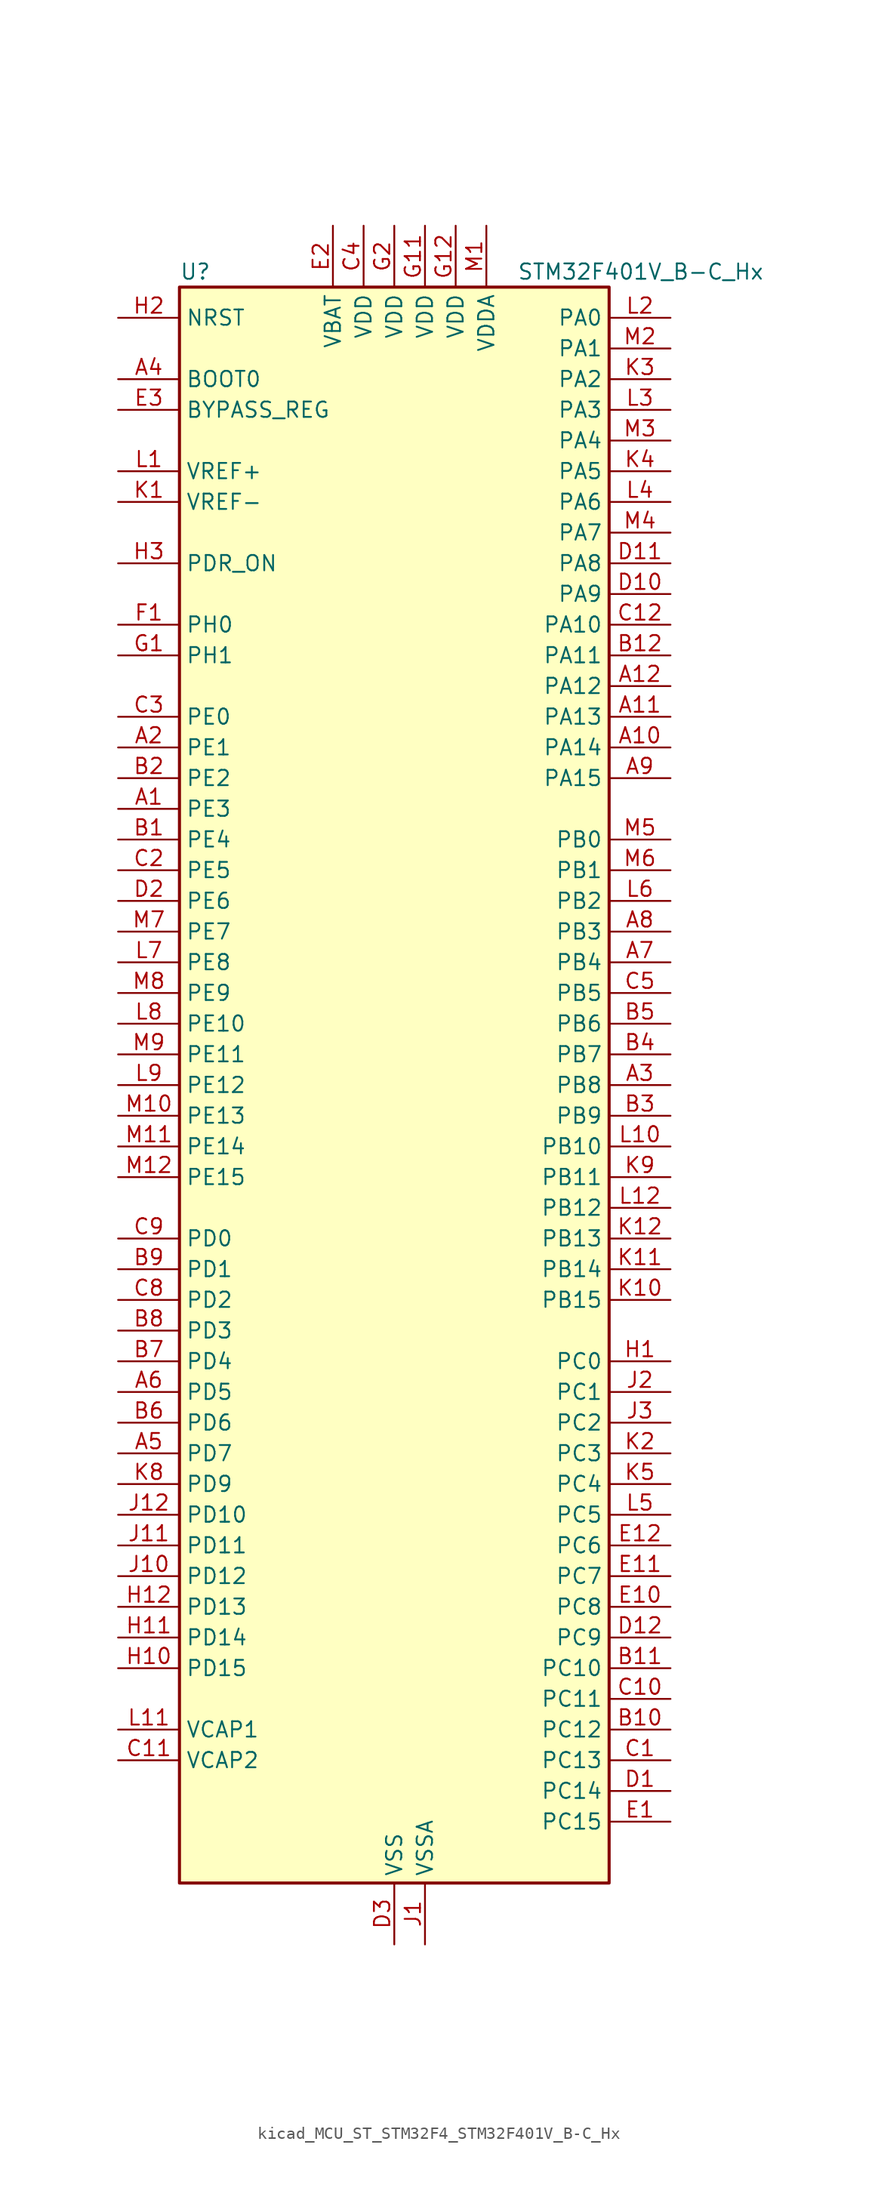
<source format=kicad_sym>
(kicad_symbol_lib
  (version 20220914)
  (generator kicad_symbol_editor)
  (symbol "kicad_MCU_ST_STM32F4_STM32F401V_B-C_Hx"
    (property "Reference" "U"
      (at -17.78 67.31 0)
      (effects (font (size 1.27 1.27)) (justify left)))
    (property "Value" "STM32F401V_B-C_Hx"
      (at 10.16 67.31 0)
      (effects (font (size 1.27 1.27)) (justify left)))
    (property "ki_locked" ""
      (at 0 0 0)
      (effects (font (size 1.27 1.27))))
    (symbol "kicad_MCU_ST_STM32F4_STM32F401V_B-C_Hx_0_1"
      (rectangle (start -17.78 -66.04) (end 17.78 66.04) (stroke (width 0.254) (type default)) (fill (type background))))
    (symbol "kicad_MCU_ST_STM32F4_STM32F401V_B-C_Hx_1_1"
      (pin bidirectional line (at -22.86 22.86 0) (length 5.08) (name "PE3" (effects (font (size 1.27 1.27)))) (number "A1" (effects (font (size 1.27 1.27)))) (alternate "SYS_TRACED0" bidirectional line))
      (pin bidirectional line (at 22.86 27.94 180) (length 5.08) (name "PA14" (effects (font (size 1.27 1.27)))) (number "A10" (effects (font (size 1.27 1.27)))) (alternate "SYS_JTCK-SWCLK" bidirectional line))
      (pin bidirectional line (at 22.86 30.48 180) (length 5.08) (name "PA13" (effects (font (size 1.27 1.27)))) (number "A11" (effects (font (size 1.27 1.27)))) (alternate "SYS_JTMS-SWDIO" bidirectional line))
      (pin bidirectional line (at 22.86 33.02 180) (length 5.08) (name "PA12" (effects (font (size 1.27 1.27)))) (number "A12" (effects (font (size 1.27 1.27)))) (alternate "TIM1_ETR" bidirectional line) (alternate "USART1_RTS" bidirectional line) (alternate "USART6_RX" bidirectional line) (alternate "USB_OTG_FS_DP" bidirectional line))
      (pin bidirectional line (at -22.86 27.94 0) (length 5.08) (name "PE1" (effects (font (size 1.27 1.27)))) (number "A2" (effects (font (size 1.27 1.27)))))
      (pin bidirectional line (at 22.86 0 180) (length 5.08) (name "PB8" (effects (font (size 1.27 1.27)))) (number "A3" (effects (font (size 1.27 1.27)))) (alternate "I2C1_SCL" bidirectional line) (alternate "SDIO_D4" bidirectional line) (alternate "TIM10_CH1" bidirectional line) (alternate "TIM4_CH3" bidirectional line))
      (pin input line (at -22.86 58.42 0) (length 5.08) (name "BOOT0" (effects (font (size 1.27 1.27)))) (number "A4" (effects (font (size 1.27 1.27)))))
      (pin bidirectional line (at -22.86 -30.48 0) (length 5.08) (name "PD7" (effects (font (size 1.27 1.27)))) (number "A5" (effects (font (size 1.27 1.27)))) (alternate "USART2_CK" bidirectional line))
      (pin bidirectional line (at -22.86 -25.4 0) (length 5.08) (name "PD5" (effects (font (size 1.27 1.27)))) (number "A6" (effects (font (size 1.27 1.27)))) (alternate "USART2_TX" bidirectional line))
      (pin bidirectional line (at 22.86 10.16 180) (length 5.08) (name "PB4" (effects (font (size 1.27 1.27)))) (number "A7" (effects (font (size 1.27 1.27)))) (alternate "I2C3_SDA" bidirectional line) (alternate "I2S3_ext_SD" bidirectional line) (alternate "SPI1_MISO" bidirectional line) (alternate "SPI3_MISO" bidirectional line) (alternate "SYS_JTRST" bidirectional line) (alternate "TIM3_CH1" bidirectional line))
      (pin bidirectional line (at 22.86 12.7 180) (length 5.08) (name "PB3" (effects (font (size 1.27 1.27)))) (number "A8" (effects (font (size 1.27 1.27)))) (alternate "I2C2_SDA" bidirectional line) (alternate "I2S3_CK" bidirectional line) (alternate "SPI1_SCK" bidirectional line) (alternate "SPI3_SCK" bidirectional line) (alternate "SYS_JTDO-SWO" bidirectional line) (alternate "TIM2_CH2" bidirectional line))
      (pin bidirectional line (at 22.86 25.4 180) (length 5.08) (name "PA15" (effects (font (size 1.27 1.27)))) (number "A9" (effects (font (size 1.27 1.27)))) (alternate "ADC1_EXTI15" bidirectional line) (alternate "I2S3_WS" bidirectional line) (alternate "SPI1_NSS" bidirectional line) (alternate "SPI3_NSS" bidirectional line) (alternate "SYS_JTDI" bidirectional line) (alternate "TIM2_CH1" bidirectional line) (alternate "TIM2_ETR" bidirectional line))
      (pin bidirectional line (at -22.86 20.32 0) (length 5.08) (name "PE4" (effects (font (size 1.27 1.27)))) (number "B1" (effects (font (size 1.27 1.27)))) (alternate "SPI4_NSS" bidirectional line) (alternate "SYS_TRACED1" bidirectional line))
      (pin bidirectional line (at 22.86 -53.34 180) (length 5.08) (name "PC12" (effects (font (size 1.27 1.27)))) (number "B10" (effects (font (size 1.27 1.27)))) (alternate "I2S3_SD" bidirectional line) (alternate "SDIO_CK" bidirectional line) (alternate "SPI3_MOSI" bidirectional line))
      (pin bidirectional line (at 22.86 -48.26 180) (length 5.08) (name "PC10" (effects (font (size 1.27 1.27)))) (number "B11" (effects (font (size 1.27 1.27)))) (alternate "I2S3_CK" bidirectional line) (alternate "SDIO_D2" bidirectional line) (alternate "SPI3_SCK" bidirectional line))
      (pin bidirectional line (at 22.86 35.56 180) (length 5.08) (name "PA11" (effects (font (size 1.27 1.27)))) (number "B12" (effects (font (size 1.27 1.27)))) (alternate "ADC1_EXTI11" bidirectional line) (alternate "TIM1_CH4" bidirectional line) (alternate "USART1_CTS" bidirectional line) (alternate "USART6_TX" bidirectional line) (alternate "USB_OTG_FS_DM" bidirectional line))
      (pin bidirectional line (at -22.86 25.4 0) (length 5.08) (name "PE2" (effects (font (size 1.27 1.27)))) (number "B2" (effects (font (size 1.27 1.27)))) (alternate "SPI4_SCK" bidirectional line) (alternate "SYS_TRACECLK" bidirectional line))
      (pin bidirectional line (at 22.86 -2.54 180) (length 5.08) (name "PB9" (effects (font (size 1.27 1.27)))) (number "B3" (effects (font (size 1.27 1.27)))) (alternate "I2C1_SDA" bidirectional line) (alternate "I2S2_WS" bidirectional line) (alternate "SDIO_D5" bidirectional line) (alternate "SPI2_NSS" bidirectional line) (alternate "TIM11_CH1" bidirectional line) (alternate "TIM4_CH4" bidirectional line))
      (pin bidirectional line (at 22.86 2.54 180) (length 5.08) (name "PB7" (effects (font (size 1.27 1.27)))) (number "B4" (effects (font (size 1.27 1.27)))) (alternate "I2C1_SDA" bidirectional line) (alternate "TIM4_CH2" bidirectional line) (alternate "USART1_RX" bidirectional line))
      (pin bidirectional line (at 22.86 5.08 180) (length 5.08) (name "PB6" (effects (font (size 1.27 1.27)))) (number "B5" (effects (font (size 1.27 1.27)))) (alternate "I2C1_SCL" bidirectional line) (alternate "TIM4_CH1" bidirectional line) (alternate "USART1_TX" bidirectional line))
      (pin bidirectional line (at -22.86 -27.94 0) (length 5.08) (name "PD6" (effects (font (size 1.27 1.27)))) (number "B6" (effects (font (size 1.27 1.27)))) (alternate "I2S3_SD" bidirectional line) (alternate "SPI3_MOSI" bidirectional line) (alternate "USART2_RX" bidirectional line))
      (pin bidirectional line (at -22.86 -22.86 0) (length 5.08) (name "PD4" (effects (font (size 1.27 1.27)))) (number "B7" (effects (font (size 1.27 1.27)))) (alternate "USART2_RTS" bidirectional line))
      (pin bidirectional line (at -22.86 -20.32 0) (length 5.08) (name "PD3" (effects (font (size 1.27 1.27)))) (number "B8" (effects (font (size 1.27 1.27)))) (alternate "I2S2_CK" bidirectional line) (alternate "SPI2_SCK" bidirectional line) (alternate "USART2_CTS" bidirectional line))
      (pin bidirectional line (at -22.86 -15.24 0) (length 5.08) (name "PD1" (effects (font (size 1.27 1.27)))) (number "B9" (effects (font (size 1.27 1.27)))))
      (pin bidirectional line (at 22.86 -55.88 180) (length 5.08) (name "PC13" (effects (font (size 1.27 1.27)))) (number "C1" (effects (font (size 1.27 1.27)))) (alternate "RTC_AF1" bidirectional line))
      (pin bidirectional line (at 22.86 -50.8 180) (length 5.08) (name "PC11" (effects (font (size 1.27 1.27)))) (number "C10" (effects (font (size 1.27 1.27)))) (alternate "ADC1_EXTI11" bidirectional line) (alternate "I2S3_ext_SD" bidirectional line) (alternate "SDIO_D3" bidirectional line) (alternate "SPI3_MISO" bidirectional line))
      (pin power_out line (at -22.86 -55.88 0) (length 5.08) (name "VCAP2" (effects (font (size 1.27 1.27)))) (number "C11" (effects (font (size 1.27 1.27)))))
      (pin bidirectional line (at 22.86 38.1 180) (length 5.08) (name "PA10" (effects (font (size 1.27 1.27)))) (number "C12" (effects (font (size 1.27 1.27)))) (alternate "TIM1_CH3" bidirectional line) (alternate "USART1_RX" bidirectional line) (alternate "USB_OTG_FS_ID" bidirectional line))
      (pin bidirectional line (at -22.86 17.78 0) (length 5.08) (name "PE5" (effects (font (size 1.27 1.27)))) (number "C2" (effects (font (size 1.27 1.27)))) (alternate "SPI4_MISO" bidirectional line) (alternate "SYS_TRACED2" bidirectional line) (alternate "TIM9_CH1" bidirectional line))
      (pin bidirectional line (at -22.86 30.48 0) (length 5.08) (name "PE0" (effects (font (size 1.27 1.27)))) (number "C3" (effects (font (size 1.27 1.27)))) (alternate "TIM4_ETR" bidirectional line))
      (pin power_in line (at -2.54 71.12 270) (length 5.08) (name "VDD" (effects (font (size 1.27 1.27)))) (number "C4" (effects (font (size 1.27 1.27)))))
      (pin bidirectional line (at 22.86 7.62 180) (length 5.08) (name "PB5" (effects (font (size 1.27 1.27)))) (number "C5" (effects (font (size 1.27 1.27)))) (alternate "I2C1_SMBA" bidirectional line) (alternate "I2S3_SD" bidirectional line) (alternate "SPI1_MOSI" bidirectional line) (alternate "SPI3_MOSI" bidirectional line) (alternate "TIM3_CH2" bidirectional line))
      (pin bidirectional line (at -22.86 -17.78 0) (length 5.08) (name "PD2" (effects (font (size 1.27 1.27)))) (number "C8" (effects (font (size 1.27 1.27)))) (alternate "SDIO_CMD" bidirectional line) (alternate "TIM3_ETR" bidirectional line))
      (pin bidirectional line (at -22.86 -12.7 0) (length 5.08) (name "PD0" (effects (font (size 1.27 1.27)))) (number "C9" (effects (font (size 1.27 1.27)))))
      (pin bidirectional line (at 22.86 -58.42 180) (length 5.08) (name "PC14" (effects (font (size 1.27 1.27)))) (number "D1" (effects (font (size 1.27 1.27)))) (alternate "RCC_OSC32_IN" bidirectional line))
      (pin bidirectional line (at 22.86 40.64 180) (length 5.08) (name "PA9" (effects (font (size 1.27 1.27)))) (number "D10" (effects (font (size 1.27 1.27)))) (alternate "I2C3_SMBA" bidirectional line) (alternate "TIM1_CH2" bidirectional line) (alternate "USART1_TX" bidirectional line) (alternate "USB_OTG_FS_VBUS" bidirectional line))
      (pin bidirectional line (at 22.86 43.18 180) (length 5.08) (name "PA8" (effects (font (size 1.27 1.27)))) (number "D11" (effects (font (size 1.27 1.27)))) (alternate "I2C3_SCL" bidirectional line) (alternate "RCC_MCO_1" bidirectional line) (alternate "TIM1_CH1" bidirectional line) (alternate "USART1_CK" bidirectional line) (alternate "USB_OTG_FS_SOF" bidirectional line))
      (pin bidirectional line (at 22.86 -45.72 180) (length 5.08) (name "PC9" (effects (font (size 1.27 1.27)))) (number "D12" (effects (font (size 1.27 1.27)))) (alternate "I2C3_SDA" bidirectional line) (alternate "I2S_CKIN" bidirectional line) (alternate "RCC_MCO_2" bidirectional line) (alternate "SDIO_D1" bidirectional line) (alternate "TIM3_CH4" bidirectional line))
      (pin bidirectional line (at -22.86 15.24 0) (length 5.08) (name "PE6" (effects (font (size 1.27 1.27)))) (number "D2" (effects (font (size 1.27 1.27)))) (alternate "SPI4_MOSI" bidirectional line) (alternate "SYS_TRACED3" bidirectional line) (alternate "TIM9_CH2" bidirectional line))
      (pin power_in line (at 0 -71.12 90) (length 5.08) (name "VSS" (effects (font (size 1.27 1.27)))) (number "D3" (effects (font (size 1.27 1.27)))))
      (pin bidirectional line (at 22.86 -60.96 180) (length 5.08) (name "PC15" (effects (font (size 1.27 1.27)))) (number "E1" (effects (font (size 1.27 1.27)))) (alternate "ADC1_EXTI15" bidirectional line) (alternate "RCC_OSC32_OUT" bidirectional line))
      (pin bidirectional line (at 22.86 -43.18 180) (length 5.08) (name "PC8" (effects (font (size 1.27 1.27)))) (number "E10" (effects (font (size 1.27 1.27)))) (alternate "SDIO_D0" bidirectional line) (alternate "TIM3_CH3" bidirectional line) (alternate "USART6_CK" bidirectional line))
      (pin bidirectional line (at 22.86 -40.64 180) (length 5.08) (name "PC7" (effects (font (size 1.27 1.27)))) (number "E11" (effects (font (size 1.27 1.27)))) (alternate "I2S3_MCK" bidirectional line) (alternate "SDIO_D7" bidirectional line) (alternate "TIM3_CH2" bidirectional line) (alternate "USART6_RX" bidirectional line))
      (pin bidirectional line (at 22.86 -38.1 180) (length 5.08) (name "PC6" (effects (font (size 1.27 1.27)))) (number "E12" (effects (font (size 1.27 1.27)))) (alternate "I2S2_MCK" bidirectional line) (alternate "SDIO_D6" bidirectional line) (alternate "TIM3_CH1" bidirectional line) (alternate "USART6_TX" bidirectional line))
      (pin power_in line (at -5.08 71.12 270) (length 5.08) (name "VBAT" (effects (font (size 1.27 1.27)))) (number "E2" (effects (font (size 1.27 1.27)))))
      (pin input line (at -22.86 55.88 0) (length 5.08) (name "BYPASS_REG" (effects (font (size 1.27 1.27)))) (number "E3" (effects (font (size 1.27 1.27)))))
      (pin bidirectional line (at -22.86 38.1 0) (length 5.08) (name "PH0" (effects (font (size 1.27 1.27)))) (number "F1" (effects (font (size 1.27 1.27)))) (alternate "RCC_OSC_IN" bidirectional line))
      (pin passive line (at 0 -71.12 90) (length 5.08) hide (name "VSS" (effects (font (size 1.27 1.27)))) (number "F11" (effects (font (size 1.27 1.27)))))
      (pin passive line (at 0 -71.12 90) (length 5.08) hide (name "VSS" (effects (font (size 1.27 1.27)))) (number "F12" (effects (font (size 1.27 1.27)))))
      (pin passive line (at 0 -71.12 90) (length 5.08) hide (name "VSS" (effects (font (size 1.27 1.27)))) (number "F2" (effects (font (size 1.27 1.27)))))
      (pin bidirectional line (at -22.86 35.56 0) (length 5.08) (name "PH1" (effects (font (size 1.27 1.27)))) (number "G1" (effects (font (size 1.27 1.27)))) (alternate "RCC_OSC_OUT" bidirectional line))
      (pin power_in line (at 2.54 71.12 270) (length 5.08) (name "VDD" (effects (font (size 1.27 1.27)))) (number "G11" (effects (font (size 1.27 1.27)))))
      (pin power_in line (at 5.08 71.12 270) (length 5.08) (name "VDD" (effects (font (size 1.27 1.27)))) (number "G12" (effects (font (size 1.27 1.27)))))
      (pin power_in line (at 0 71.12 270) (length 5.08) (name "VDD" (effects (font (size 1.27 1.27)))) (number "G2" (effects (font (size 1.27 1.27)))))
      (pin bidirectional line (at 22.86 -22.86 180) (length 5.08) (name "PC0" (effects (font (size 1.27 1.27)))) (number "H1" (effects (font (size 1.27 1.27)))) (alternate "ADC1_IN10" bidirectional line))
      (pin bidirectional line (at -22.86 -48.26 0) (length 5.08) (name "PD15" (effects (font (size 1.27 1.27)))) (number "H10" (effects (font (size 1.27 1.27)))) (alternate "ADC1_EXTI15" bidirectional line) (alternate "TIM4_CH4" bidirectional line))
      (pin bidirectional line (at -22.86 -45.72 0) (length 5.08) (name "PD14" (effects (font (size 1.27 1.27)))) (number "H11" (effects (font (size 1.27 1.27)))) (alternate "TIM4_CH3" bidirectional line))
      (pin bidirectional line (at -22.86 -43.18 0) (length 5.08) (name "PD13" (effects (font (size 1.27 1.27)))) (number "H12" (effects (font (size 1.27 1.27)))) (alternate "TIM4_CH2" bidirectional line))
      (pin input line (at -22.86 63.5 0) (length 5.08) (name "NRST" (effects (font (size 1.27 1.27)))) (number "H2" (effects (font (size 1.27 1.27)))))
      (pin input line (at -22.86 43.18 0) (length 5.08) (name "PDR_ON" (effects (font (size 1.27 1.27)))) (number "H3" (effects (font (size 1.27 1.27)))))
      (pin power_in line (at 2.54 -71.12 90) (length 5.08) (name "VSSA" (effects (font (size 1.27 1.27)))) (number "J1" (effects (font (size 1.27 1.27)))))
      (pin bidirectional line (at -22.86 -40.64 0) (length 5.08) (name "PD12" (effects (font (size 1.27 1.27)))) (number "J10" (effects (font (size 1.27 1.27)))) (alternate "TIM4_CH1" bidirectional line))
      (pin bidirectional line (at -22.86 -38.1 0) (length 5.08) (name "PD11" (effects (font (size 1.27 1.27)))) (number "J11" (effects (font (size 1.27 1.27)))) (alternate "ADC1_EXTI11" bidirectional line))
      (pin bidirectional line (at -22.86 -35.56 0) (length 5.08) (name "PD10" (effects (font (size 1.27 1.27)))) (number "J12" (effects (font (size 1.27 1.27)))))
      (pin bidirectional line (at 22.86 -25.4 180) (length 5.08) (name "PC1" (effects (font (size 1.27 1.27)))) (number "J2" (effects (font (size 1.27 1.27)))) (alternate "ADC1_IN11" bidirectional line))
      (pin bidirectional line (at 22.86 -27.94 180) (length 5.08) (name "PC2" (effects (font (size 1.27 1.27)))) (number "J3" (effects (font (size 1.27 1.27)))) (alternate "ADC1_IN12" bidirectional line) (alternate "I2S2_ext_SD" bidirectional line) (alternate "SPI2_MISO" bidirectional line))
      (pin input line (at -22.86 48.26 0) (length 5.08) (name "VREF-" (effects (font (size 1.27 1.27)))) (number "K1" (effects (font (size 1.27 1.27)))))
      (pin bidirectional line (at 22.86 -17.78 180) (length 5.08) (name "PB15" (effects (font (size 1.27 1.27)))) (number "K10" (effects (font (size 1.27 1.27)))) (alternate "ADC1_EXTI15" bidirectional line) (alternate "I2S2_SD" bidirectional line) (alternate "RTC_REFIN" bidirectional line) (alternate "SPI2_MOSI" bidirectional line) (alternate "TIM1_CH3N" bidirectional line))
      (pin bidirectional line (at 22.86 -15.24 180) (length 5.08) (name "PB14" (effects (font (size 1.27 1.27)))) (number "K11" (effects (font (size 1.27 1.27)))) (alternate "I2S2_ext_SD" bidirectional line) (alternate "SPI2_MISO" bidirectional line) (alternate "TIM1_CH2N" bidirectional line))
      (pin bidirectional line (at 22.86 -12.7 180) (length 5.08) (name "PB13" (effects (font (size 1.27 1.27)))) (number "K12" (effects (font (size 1.27 1.27)))) (alternate "I2S2_CK" bidirectional line) (alternate "SPI2_SCK" bidirectional line) (alternate "TIM1_CH1N" bidirectional line))
      (pin bidirectional line (at 22.86 -30.48 180) (length 5.08) (name "PC3" (effects (font (size 1.27 1.27)))) (number "K2" (effects (font (size 1.27 1.27)))) (alternate "ADC1_IN13" bidirectional line) (alternate "I2S2_SD" bidirectional line) (alternate "SPI2_MOSI" bidirectional line))
      (pin bidirectional line (at 22.86 58.42 180) (length 5.08) (name "PA2" (effects (font (size 1.27 1.27)))) (number "K3" (effects (font (size 1.27 1.27)))) (alternate "ADC1_IN2" bidirectional line) (alternate "TIM2_CH3" bidirectional line) (alternate "TIM5_CH3" bidirectional line) (alternate "TIM9_CH1" bidirectional line) (alternate "USART2_TX" bidirectional line))
      (pin bidirectional line (at 22.86 50.8 180) (length 5.08) (name "PA5" (effects (font (size 1.27 1.27)))) (number "K4" (effects (font (size 1.27 1.27)))) (alternate "ADC1_IN5" bidirectional line) (alternate "SPI1_SCK" bidirectional line) (alternate "TIM2_CH1" bidirectional line) (alternate "TIM2_ETR" bidirectional line))
      (pin bidirectional line (at 22.86 -33.02 180) (length 5.08) (name "PC4" (effects (font (size 1.27 1.27)))) (number "K5" (effects (font (size 1.27 1.27)))) (alternate "ADC1_IN14" bidirectional line))
      (pin bidirectional line (at -22.86 -33.02 0) (length 5.08) (name "PD9" (effects (font (size 1.27 1.27)))) (number "K8" (effects (font (size 1.27 1.27)))))
      (pin bidirectional line (at 22.86 -7.62 180) (length 5.08) (name "PB11" (effects (font (size 1.27 1.27)))) (number "K9" (effects (font (size 1.27 1.27)))) (alternate "ADC1_EXTI11" bidirectional line) (alternate "I2C2_SDA" bidirectional line) (alternate "TIM2_CH4" bidirectional line))
      (pin input line (at -22.86 50.8 0) (length 5.08) (name "VREF+" (effects (font (size 1.27 1.27)))) (number "L1" (effects (font (size 1.27 1.27)))))
      (pin bidirectional line (at 22.86 -5.08 180) (length 5.08) (name "PB10" (effects (font (size 1.27 1.27)))) (number "L10" (effects (font (size 1.27 1.27)))) (alternate "I2C2_SCL" bidirectional line) (alternate "I2S2_CK" bidirectional line) (alternate "SPI2_SCK" bidirectional line) (alternate "TIM2_CH3" bidirectional line))
      (pin power_out line (at -22.86 -53.34 0) (length 5.08) (name "VCAP1" (effects (font (size 1.27 1.27)))) (number "L11" (effects (font (size 1.27 1.27)))))
      (pin bidirectional line (at 22.86 -10.16 180) (length 5.08) (name "PB12" (effects (font (size 1.27 1.27)))) (number "L12" (effects (font (size 1.27 1.27)))) (alternate "I2C2_SMBA" bidirectional line) (alternate "I2S2_WS" bidirectional line) (alternate "SPI2_NSS" bidirectional line) (alternate "TIM1_BKIN" bidirectional line))
      (pin bidirectional line (at 22.86 63.5 180) (length 5.08) (name "PA0" (effects (font (size 1.27 1.27)))) (number "L2" (effects (font (size 1.27 1.27)))) (alternate "ADC1_IN0" bidirectional line) (alternate "SYS_WKUP" bidirectional line) (alternate "TIM2_CH1" bidirectional line) (alternate "TIM2_ETR" bidirectional line) (alternate "TIM5_CH1" bidirectional line) (alternate "USART2_CTS" bidirectional line))
      (pin bidirectional line (at 22.86 55.88 180) (length 5.08) (name "PA3" (effects (font (size 1.27 1.27)))) (number "L3" (effects (font (size 1.27 1.27)))) (alternate "ADC1_IN3" bidirectional line) (alternate "TIM2_CH4" bidirectional line) (alternate "TIM5_CH4" bidirectional line) (alternate "TIM9_CH2" bidirectional line) (alternate "USART2_RX" bidirectional line))
      (pin bidirectional line (at 22.86 48.26 180) (length 5.08) (name "PA6" (effects (font (size 1.27 1.27)))) (number "L4" (effects (font (size 1.27 1.27)))) (alternate "ADC1_IN6" bidirectional line) (alternate "SPI1_MISO" bidirectional line) (alternate "TIM1_BKIN" bidirectional line) (alternate "TIM3_CH1" bidirectional line))
      (pin bidirectional line (at 22.86 -35.56 180) (length 5.08) (name "PC5" (effects (font (size 1.27 1.27)))) (number "L5" (effects (font (size 1.27 1.27)))) (alternate "ADC1_IN15" bidirectional line))
      (pin bidirectional line (at 22.86 15.24 180) (length 5.08) (name "PB2" (effects (font (size 1.27 1.27)))) (number "L6" (effects (font (size 1.27 1.27)))))
      (pin bidirectional line (at -22.86 10.16 0) (length 5.08) (name "PE8" (effects (font (size 1.27 1.27)))) (number "L7" (effects (font (size 1.27 1.27)))) (alternate "TIM1_CH1N" bidirectional line))
      (pin bidirectional line (at -22.86 5.08 0) (length 5.08) (name "PE10" (effects (font (size 1.27 1.27)))) (number "L8" (effects (font (size 1.27 1.27)))) (alternate "TIM1_CH2N" bidirectional line))
      (pin bidirectional line (at -22.86 0 0) (length 5.08) (name "PE12" (effects (font (size 1.27 1.27)))) (number "L9" (effects (font (size 1.27 1.27)))) (alternate "SPI4_SCK" bidirectional line) (alternate "TIM1_CH3N" bidirectional line))
      (pin power_in line (at 7.62 71.12 270) (length 5.08) (name "VDDA" (effects (font (size 1.27 1.27)))) (number "M1" (effects (font (size 1.27 1.27)))))
      (pin bidirectional line (at -22.86 -2.54 0) (length 5.08) (name "PE13" (effects (font (size 1.27 1.27)))) (number "M10" (effects (font (size 1.27 1.27)))) (alternate "SPI4_MISO" bidirectional line) (alternate "TIM1_CH3" bidirectional line))
      (pin bidirectional line (at -22.86 -5.08 0) (length 5.08) (name "PE14" (effects (font (size 1.27 1.27)))) (number "M11" (effects (font (size 1.27 1.27)))) (alternate "SPI4_MOSI" bidirectional line) (alternate "TIM1_CH4" bidirectional line))
      (pin bidirectional line (at -22.86 -7.62 0) (length 5.08) (name "PE15" (effects (font (size 1.27 1.27)))) (number "M12" (effects (font (size 1.27 1.27)))) (alternate "ADC1_EXTI15" bidirectional line) (alternate "TIM1_BKIN" bidirectional line))
      (pin bidirectional line (at 22.86 60.96 180) (length 5.08) (name "PA1" (effects (font (size 1.27 1.27)))) (number "M2" (effects (font (size 1.27 1.27)))) (alternate "ADC1_IN1" bidirectional line) (alternate "TIM2_CH2" bidirectional line) (alternate "TIM5_CH2" bidirectional line) (alternate "USART2_RTS" bidirectional line))
      (pin bidirectional line (at 22.86 53.34 180) (length 5.08) (name "PA4" (effects (font (size 1.27 1.27)))) (number "M3" (effects (font (size 1.27 1.27)))) (alternate "ADC1_IN4" bidirectional line) (alternate "I2S3_WS" bidirectional line) (alternate "SPI1_NSS" bidirectional line) (alternate "SPI3_NSS" bidirectional line) (alternate "USART2_CK" bidirectional line))
      (pin bidirectional line (at 22.86 45.72 180) (length 5.08) (name "PA7" (effects (font (size 1.27 1.27)))) (number "M4" (effects (font (size 1.27 1.27)))) (alternate "ADC1_IN7" bidirectional line) (alternate "SPI1_MOSI" bidirectional line) (alternate "TIM1_CH1N" bidirectional line) (alternate "TIM3_CH2" bidirectional line))
      (pin bidirectional line (at 22.86 20.32 180) (length 5.08) (name "PB0" (effects (font (size 1.27 1.27)))) (number "M5" (effects (font (size 1.27 1.27)))) (alternate "ADC1_IN8" bidirectional line) (alternate "TIM1_CH2N" bidirectional line) (alternate "TIM3_CH3" bidirectional line))
      (pin bidirectional line (at 22.86 17.78 180) (length 5.08) (name "PB1" (effects (font (size 1.27 1.27)))) (number "M6" (effects (font (size 1.27 1.27)))) (alternate "ADC1_IN9" bidirectional line) (alternate "TIM1_CH3N" bidirectional line) (alternate "TIM3_CH4" bidirectional line))
      (pin bidirectional line (at -22.86 12.7 0) (length 5.08) (name "PE7" (effects (font (size 1.27 1.27)))) (number "M7" (effects (font (size 1.27 1.27)))) (alternate "TIM1_ETR" bidirectional line))
      (pin bidirectional line (at -22.86 7.62 0) (length 5.08) (name "PE9" (effects (font (size 1.27 1.27)))) (number "M8" (effects (font (size 1.27 1.27)))) (alternate "TIM1_CH1" bidirectional line))
      (pin bidirectional line (at -22.86 2.54 0) (length 5.08) (name "PE11" (effects (font (size 1.27 1.27)))) (number "M9" (effects (font (size 1.27 1.27)))) (alternate "ADC1_EXTI11" bidirectional line) (alternate "SPI4_NSS" bidirectional line) (alternate "TIM1_CH2" bidirectional line)))))
</source>
